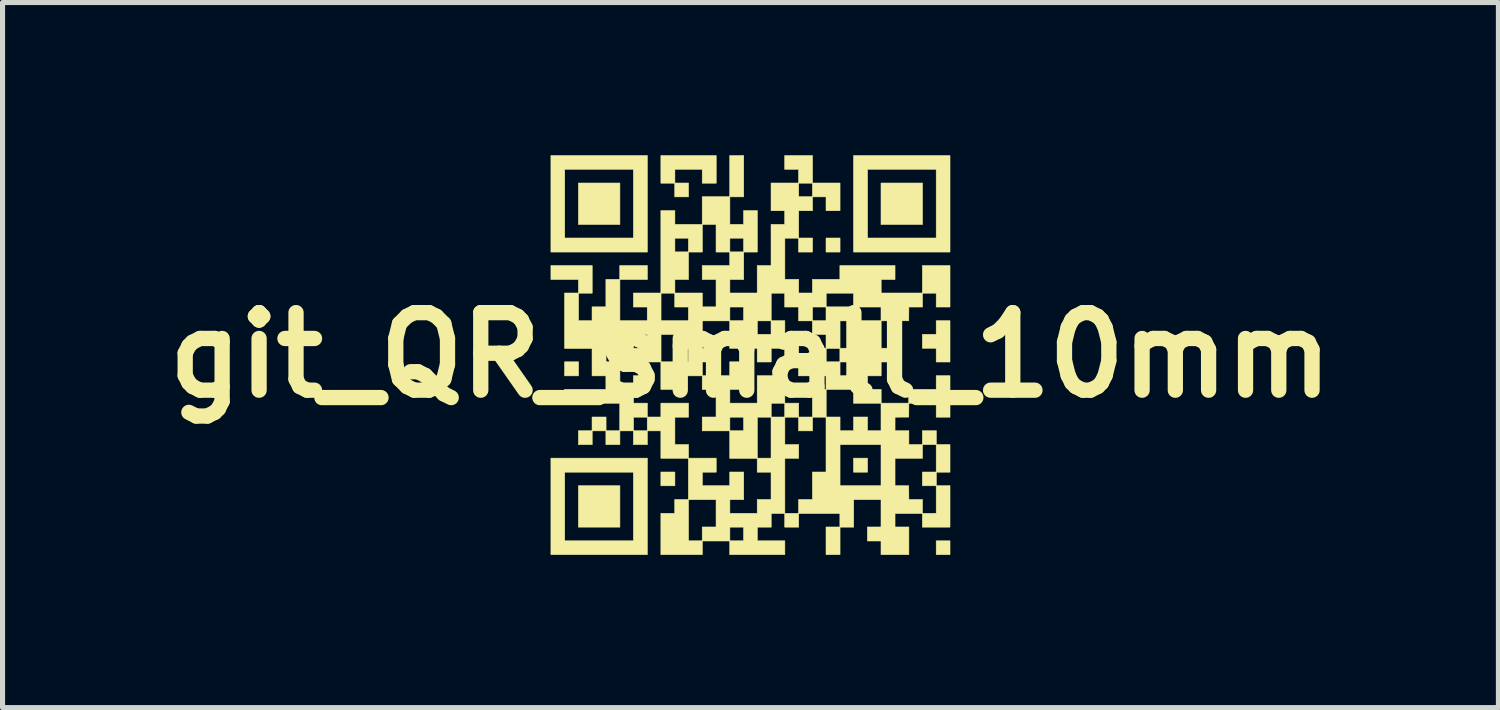
<source format=kicad_pcb>
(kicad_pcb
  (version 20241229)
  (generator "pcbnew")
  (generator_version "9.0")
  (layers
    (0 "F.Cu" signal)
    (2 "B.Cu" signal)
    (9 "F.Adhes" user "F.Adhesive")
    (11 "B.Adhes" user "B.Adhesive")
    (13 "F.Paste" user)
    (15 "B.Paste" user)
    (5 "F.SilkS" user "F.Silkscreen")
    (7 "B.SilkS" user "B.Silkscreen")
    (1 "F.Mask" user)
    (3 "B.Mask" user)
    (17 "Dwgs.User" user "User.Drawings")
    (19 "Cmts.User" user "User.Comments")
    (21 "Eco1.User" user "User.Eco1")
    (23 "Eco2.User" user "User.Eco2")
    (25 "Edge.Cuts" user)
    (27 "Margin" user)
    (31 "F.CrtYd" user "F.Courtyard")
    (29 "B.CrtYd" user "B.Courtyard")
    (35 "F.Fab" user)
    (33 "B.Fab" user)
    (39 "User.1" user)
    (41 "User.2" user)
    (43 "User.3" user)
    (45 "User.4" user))
  (footprint "git_QR_small_10mm"
    (layer "F.Cu")
    (at 11.691 3.925)
    (property "Reference" "git_QR_small_10mm" (at 0 0 0) (layer "F.SilkS") (effects (font (size 1.524 1.524) (thickness 0.3))))
    (attr through_hole)
    (fp_poly (pts (xy -3.376 0.408) (xy -3.652 0.408) (xy -3.652 0.132) (xy -3.376 0.132) (xy -3.376 0.408)) (stroke (width 0.01) (type solid)) (fill yes) (layer "F.SilkS"))
    (fp_poly (pts (xy -2.564 -2.564) (xy -3.38 -2.564) (xy -3.38 -3.38) (xy -2.564 -3.38) (xy -2.564 -2.564)) (stroke (width 0.01) (type solid)) (fill yes) (layer "F.SilkS"))
    (fp_poly (pts (xy -2.564 3.38) (xy -3.38 3.38) (xy -3.38 2.564) (xy -2.564 2.564) (xy -2.564 3.38)) (stroke (width 0.01) (type solid)) (fill yes) (layer "F.SilkS"))
    (fp_poly (pts (xy -1.484 2.568) (xy -1.76 2.568) (xy -1.76 2.296) (xy -1.484 2.296) (xy -1.484 2.568)) (stroke (width 0.01) (type solid)) (fill yes) (layer "F.SilkS"))
    (fp_poly (pts (xy 1.76 -2.024) (xy 1.484 -2.024) (xy 1.484 -2.3) (xy 1.76 -2.3) (xy 1.76 -2.024)) (stroke (width 0.01) (type solid)) (fill yes) (layer "F.SilkS"))
    (fp_poly (pts (xy 2.3 2.3) (xy 2.024 2.3) (xy 2.024 2.024) (xy 2.3 2.024) (xy 2.3 2.3)) (stroke (width 0.01) (type solid)) (fill yes) (layer "F.SilkS"))
    (fp_poly (pts (xy 3.38 -2.564) (xy 2.564 -2.564) (xy 2.564 -3.38) (xy 3.38 -3.38) (xy 3.38 -2.564)) (stroke (width 0.01) (type solid)) (fill yes) (layer "F.SilkS"))
    (fp_poly (pts (xy 3.92 3.92) (xy 3.648 3.92) (xy 3.648 3.648) (xy 3.92 3.648) (xy 3.92 3.92)) (stroke (width 0.01) (type solid)) (fill yes) (layer "F.SilkS"))
    (fp_poly (pts (xy 3.92 0.136) (xy 3.648 0.136) (xy 3.648 -0.132) (xy 3.376 -0.132) (xy 3.376 -0.408) (xy 3.648 -0.408) (xy 3.648 -0.676) (xy 3.92 -0.676) (xy 3.92 0.136)) (stroke (width 0.01) (type solid)) (fill yes) (layer "F.SilkS"))
    (fp_poly (pts (xy -2.024 -2.024) (xy -3.92 -2.024) (xy -3.92 -3.648) (xy -3.648 -3.648) (xy -3.648 -2.3) (xy -2.3 -2.3) (xy -2.3 -3.648) (xy -3.648 -3.648) (xy -3.92 -3.648) (xy -3.92 -3.92) (xy -2.024 -3.92) (xy -2.024 -2.024)) (stroke (width 0.01) (type solid)) (fill yes) (layer "F.SilkS"))
    (fp_poly (pts (xy -2.024 3.92) (xy -3.92 3.92) (xy -3.92 2.3) (xy -3.648 2.3) (xy -3.648 3.648) (xy -2.3 3.648) (xy -2.3 2.3) (xy -3.648 2.3) (xy -3.92 2.3) (xy -3.92 2.024) (xy -2.024 2.024) (xy -2.024 3.92)) (stroke (width 0.01) (type solid)) (fill yes) (layer "F.SilkS"))
    (fp_poly (pts (xy 3.92 -2.024) (xy 2.024 -2.024) (xy 2.024 -3.648) (xy 2.3 -3.648) (xy 2.3 -2.3) (xy 3.648 -2.3) (xy 3.648 -3.648) (xy 2.3 -3.648) (xy 2.024 -3.648) (xy 2.024 -3.92) (xy 3.92 -3.92) (xy 3.92 -2.024)) (stroke (width 0.01) (type solid)) (fill yes) (layer "F.SilkS"))
    (fp_poly (pts (xy -0.672 -3.376) (xy -0.948 -3.376) (xy -0.948 -3.648) (xy -1.484 -3.648) (xy -1.484 -3.38) (xy -1.216 -3.38) (xy -1.216 -3.108) (xy -1.488 -3.108) (xy -1.488 -3.376) (xy -1.76 -3.376) (xy -1.76 -3.92) (xy -0.672 -3.92) (xy -0.672 -3.376)) (stroke (width 0.01) (type solid)) (fill yes) (layer "F.SilkS"))
    (fp_poly (pts (xy -0.132 -3.108) (xy -0.404 -3.108) (xy -0.404 -2.568) (xy -0.136 -2.568) (xy -0.136 -2.84) (xy 0.136 -2.84) (xy 0.136 -2.024) (xy -0.132 -2.024) (xy -0.132 -1.484) (xy -0.404 -1.484) (xy -0.404 -1.22) (xy 0.132 -1.22) (xy 0.132 -1.76) (xy 0.404 -1.76) (xy 0.404 -2.568) (xy 0.672 -2.568) (xy 0.672 -2.836) (xy 0.404 -2.836) (xy 0.404 -3.376) (xy 0.948 -3.376) (xy 0.948 -3.112) (xy 1.216 -3.112) (xy 1.216 -3.376) (xy 0.948 -3.376) (xy 0.404 -3.376) (xy 0.404 -3.38) (xy 0.944 -3.38) (xy 0.944 -3.648) (xy 0.672 -3.648) (xy 0.672 -3.92) (xy 1.22 -3.92) (xy 1.22 -3.38) (xy 1.76 -3.38) (xy 1.76 -2.836) (xy 1.484 -2.836) (xy 1.484 -3.108) (xy 1.22 -3.108) (xy 1.22 -2.836) (xy 0.948 -2.836) (xy 0.948 -2.3) (xy 1.22 -2.3) (xy 1.22 -2.024) (xy 0.944 -2.024) (xy 0.944 -2.296) (xy 0.676 -2.296) (xy 0.676 -1.488) (xy 0.948 -1.488) (xy 0.948 -1.22) (xy 1.216 -1.22) (xy 1.216 -1.488) (xy 1.756 -1.488) (xy 1.756 -1.76) (xy 2.84 -1.76) (xy 2.84 -1.484) (xy 2.568 -1.484) (xy 2.568 -1.22) (xy 3.376 -1.22) (xy 3.376 -1.76) (xy 3.92 -1.76) (xy 3.92 -0.944) (xy 3.648 -0.944) (xy 3.648 -1.216) (xy 3.38 -1.216) (xy 3.38 -0.944) (xy 3.246 -0.944) (xy 3.112 -0.944) (xy 3.111 -0.809) (xy 3.11 -0.674) (xy 2.839 -0.673) (xy 2.568 -0.672) (xy 2.568 -0.136) (xy 2.84 -0.136) (xy 2.84 0.136) (xy 2.568 0.136) (xy 2.568 0.408) (xy 2.3 0.408) (xy 2.3 0.672) (xy 2.568 0.672) (xy 2.568 0.944) (xy 3.108 0.944) (xy 3.108 0.672) (xy 3.648 0.672) (xy 3.648 0.404) (xy 3.92 0.404) (xy 3.92 1.22) (xy 3.648 1.22) (xy 3.648 0.948) (xy 3.112 0.948) (xy 3.11 1.218) (xy 2.84 1.22) (xy 2.84 1.484) (xy 3.112 1.484) (xy 3.112 1.756) (xy 3.376 1.756) (xy 3.376 1.484) (xy 3.652 1.484) (xy 3.652 1.756) (xy 3.92 1.756) (xy 3.92 2.3) (xy 3.652 2.3) (xy 3.652 2.564) (xy 3.92 2.564) (xy 3.92 3.38) (xy 3.376 3.38) (xy 3.376 3.112) (xy 2.84 3.112) (xy 2.84 3.376) (xy 3.112 3.376) (xy 3.112 3.92) (xy 2.564 3.92) (xy 2.564 3.652) (xy 2.296 3.652) (xy 2.296 3.376) (xy 2.564 3.376) (xy 2.564 2.84) (xy 2.028 2.84) (xy 2.028 3.38) (xy 1.76 3.38) (xy 1.76 3.92) (xy 1.484 3.92) (xy 1.484 3.376) (xy 1.756 3.376) (xy 1.756 3.112) (xy 0.948 3.112) (xy 0.948 3.38) (xy 0.672 3.38) (xy 0.672 3.112) (xy 0.408 3.112) (xy 0.408 3.38) (xy 0.136 3.38) (xy 0.136 3.648) (xy 0.676 3.648) (xy 0.676 3.92) (xy -0.408 3.92) (xy -0.408 3.652) (xy -0.944 3.652) (xy -0.944 3.92) (xy -1.76 3.92) (xy -1.76 3.108) (xy -1.488 3.108) (xy -1.488 2.84) (xy -1.216 2.84) (xy -1.216 3.648) (xy -0.948 3.648) (xy -0.948 3.38) (xy -0.404 3.38) (xy -0.404 3.648) (xy -0.136 3.648) (xy -0.136 3.38) (xy -0.404 3.38) (xy -0.948 3.38) (xy -0.948 3.376) (xy -0.676 3.376) (xy -0.676 2.84) (xy -1.216 2.84) (xy -1.488 2.84) (xy -1.488 2.836) (xy -1.22 2.836) (xy -1.22 2.028) (xy -1.76 2.028) (xy -1.76 1.488) (xy -2.024 1.488) (xy -2.024 1.76) (xy -2.3 1.76) (xy -2.3 1.488) (xy -2.564 1.488) (xy -2.564 1.76) (xy -2.84 1.76) (xy -2.84 1.488) (xy -3.108 1.488) (xy -3.108 1.76) (xy -3.38 1.76) (xy -3.38 1.484) (xy -3.112 1.484) (xy -3.112 1.216) (xy -2.836 1.216) (xy -2.836 1.484) (xy -2.568 1.484) (xy -2.568 1.22) (xy -2.296 1.22) (xy -2.296 1.484) (xy -2.028 1.484) (xy -2.028 1.22) (xy -2.296 1.22) (xy -2.568 1.22) (xy -2.568 0.948) (xy -3.652 0.948) (xy -3.652 0.672) (xy -2.84 0.672) (xy -2.84 0.408) (xy -3.112 0.408) (xy -3.112 0.136) (xy -2.564 0.136) (xy -2.564 0.672) (xy -2.3 0.672) (xy -2.3 0.404) (xy -2.024 0.404) (xy -2.024 0.676) (xy -2.296 0.676) (xy -2.296 0.944) (xy -2.024 0.944) (xy -2.024 1.216) (xy -1.76 1.216) (xy -1.76 0.944) (xy -1.216 0.944) (xy -1.216 1.22) (xy -1.484 1.22) (xy -1.484 1.756) (xy -1.216 1.756) (xy -1.216 2.024) (xy -0.672 2.024) (xy -0.672 2.3) (xy -0.944 2.3) (xy -0.944 2.564) (xy -0.408 2.564) (xy -0.408 2.296) (xy -0.132 2.296) (xy -0.132 2.84) (xy -0.404 2.84) (xy -0.404 3.108) (xy 0.132 3.108) (xy 0.132 2.836) (xy 0.404 2.836) (xy 0.404 2.3) (xy 0.132 2.3) (xy 0.132 2.028) (xy -0.408 2.028) (xy -0.408 1.488) (xy -0.948 1.488) (xy -0.948 1.22) (xy -0.404 1.22) (xy -0.404 1.484) (xy -0.136 1.484) (xy -0.136 1.22) (xy 0.136 1.22) (xy 0.136 2.024) (xy 0.404 2.024) (xy 0.404 1.22) (xy 0.676 1.22) (xy 0.676 1.756) (xy 0.948 1.756) (xy 0.948 2.028) (xy 0.676 2.028) (xy 0.676 3.108) (xy 0.944 3.108) (xy 0.944 2.836) (xy 1.216 2.836) (xy 1.216 2.296) (xy 1.484 2.296) (xy 1.484 1.76) (xy 1.76 1.76) (xy 1.76 2.564) (xy 2.564 2.564) (xy 2.564 2.028) (xy 2.84 2.028) (xy 2.84 2.564) (xy 2.975 2.565) (xy 3.11 2.566) (xy 3.112 2.836) (xy 3.38 2.836) (xy 3.38 3.108) (xy 3.648 3.108) (xy 3.648 2.568) (xy 3.376 2.568) (xy 3.376 2.296) (xy 3.648 2.296) (xy 3.648 1.76) (xy 3.38 1.76) (xy 3.38 2.028) (xy 2.84 2.028) (xy 2.564 2.028) (xy 2.564 1.76) (xy 1.76 1.76) (xy 1.484 1.76) (xy 1.484 1.22) (xy 1.22 1.22) (xy 1.22 1.488) (xy 0.944 1.488) (xy 0.944 1.22) (xy 0.676 1.22) (xy 0.404 1.22) (xy 0.136 1.22) (xy -0.136 1.22) (xy -0.404 1.22) (xy -0.948 1.22) (xy -0.948 1.216) (xy -0.676 1.216) (xy -0.676 0.948) (xy 0.408 0.948) (xy 0.408 1.216) (xy 0.672 1.216) (xy 0.672 0.948) (xy 0.408 0.948) (xy -0.676 0.948) (xy -0.676 0.676) (xy -0.948 0.676) (xy -0.948 0.408) (xy -1.484 0.408) (xy -1.484 0.676) (xy -1.76 0.676) (xy -1.76 0.136) (xy -2.564 0.136) (xy -3.112 0.136) (xy -3.112 -0.132) (xy -2.836 -0.132) (xy -2.836 0.132) (xy -2.568 0.132) (xy -2.568 -0.132) (xy -2.836 -0.132) (xy -3.112 -0.132) (xy -3.652 -0.132) (xy -3.652 -0.404) (xy -2.296 -0.404) (xy -2.296 -0.136) (xy -2.028 -0.136) (xy -2.028 -0.404) (xy -1.756 -0.404) (xy -1.756 0.132) (xy -1.22 0.132) (xy -1.22 -0.404) (xy -1.756 -0.404) (xy -2.028 -0.404) (xy -2.296 -0.404) (xy -3.652 -0.404) (xy -3.652 -0.672) (xy -0.944 -0.672) (xy -0.944 -0.136) (xy -0.672 -0.136) (xy -0.672 0.136) (xy -0.944 0.136) (xy -0.944 0.404) (xy -0.408 0.404) (xy -0.408 0.132) (xy -0.132 0.132) (xy -0.132 0.676) (xy -0.404 0.676) (xy -0.404 0.944) (xy 0.132 0.944) (xy 0.132 0.404) (xy 0.676 0.404) (xy 0.676 0.944) (xy 0.948 0.944) (xy 0.948 1.216) (xy 1.216 1.216) (xy 1.216 0.676) (xy 1.488 0.676) (xy 1.488 1.216) (xy 1.76 1.216) (xy 1.76 1.484) (xy 2.024 1.484) (xy 2.024 1.216) (xy 2.3 1.216) (xy 2.3 1.484) (xy 2.564 1.484) (xy 2.564 0.948) (xy 2.024 0.948) (xy 2.024 0.676) (xy 1.488 0.676) (xy 1.216 0.676) (xy 1.216 0.672) (xy 1.484 0.672) (xy 1.484 0.408) (xy 0.944 0.408) (xy 0.944 0.136) (xy 1.76 0.136) (xy 1.76 0.404) (xy 2.024 0.404) (xy 2.024 0.136) (xy 1.76 0.136) (xy 0.944 0.136) (xy 0.672 0.136) (xy 0.672 -0.132) (xy 0.408 -0.132) (xy 0.408 0.136) (xy 0.132 0.136) (xy 0.132 -0.132) (xy -0.408 -0.132) (xy -0.408 -0.672) (xy 0.136 -0.672) (xy 0.136 -0.408) (xy 0.404 -0.408) (xy 0.404 -0.672) (xy 0.136 -0.672) (xy -0.408 -0.672) (xy -0.944 -0.672) (xy -3.652 -0.672) (xy -3.652 -1.22) (xy -3.38 -1.22) (xy -3.38 -1.484) (xy -3.92 -1.484) (xy -3.92 -1.76) (xy -3.108 -1.76) (xy -3.108 -1.216) (xy -3.376 -1.216) (xy -3.376 -0.676) (xy -3.112 -0.676) (xy -3.112 -0.948) (xy -2.84 -0.948) (xy -2.84 -1.488) (xy -2.568 -1.488) (xy -2.568 -1.76) (xy -2.024 -1.76) (xy -2.024 -1.484) (xy -2.564 -1.484) (xy -2.564 -0.676) (xy -2.028 -0.676) (xy -2.028 -0.944) (xy -2.3 -0.944) (xy -2.3 -1.216) (xy -1.756 -1.216) (xy -1.756 -0.676) (xy -1.22 -0.676) (xy -1.22 -0.944) (xy -0.404 -0.944) (xy -0.404 -0.676) (xy -0.136 -0.676) (xy -0.136 -0.944) (xy -0.404 -0.944) (xy -1.22 -0.944) (xy -1.488 -0.944) (xy -1.488 -1.216) (xy -1.756 -1.216) (xy -2.3 -1.216) (xy -2.3 -1.22) (xy -1.76 -1.22) (xy -1.76 -1.484) (xy -1.484 -1.484) (xy -1.484 -1.22) (xy -0.944 -1.22) (xy -0.944 -0.948) (xy -0.676 -0.948) (xy -0.676 -1.216) (xy 0.408 -1.216) (xy 0.408 -0.676) (xy 0.676 -0.676) (xy 0.676 -0.408) (xy 0.948 -0.408) (xy 0.948 0.132) (xy 1.216 0.132) (xy 1.216 -0.132) (xy 1.488 -0.132) (xy 1.488 0.132) (xy 1.756 0.132) (xy 1.756 -0.132) (xy 1.488 -0.132) (xy 1.216 -0.132) (xy 1.216 -0.136) (xy 1.484 -0.136) (xy 1.484 -0.404) (xy 1.216 -0.404) (xy 1.216 -0.672) (xy 1.76 -0.672) (xy 1.76 -0.136) (xy 2.024 -0.136) (xy 2.024 -0.672) (xy 1.76 -0.672) (xy 1.216 -0.672) (xy 0.944 -0.672) (xy 0.944 -0.944) (xy 1.22 -0.944) (xy 1.22 -0.676) (xy 1.484 -0.676) (xy 1.484 -0.944) (xy 2.028 -0.944) (xy 2.028 -0.676) (xy 2.564 -0.676) (xy 2.564 -0.944) (xy 2.028 -0.944) (xy 1.484 -0.944) (xy 1.22 -0.944) (xy 0.944 -0.944) (xy 0.672 -0.944) (xy 0.672 -1.216) (xy 1.488 -1.216) (xy 1.488 -0.948) (xy 2.024 -0.948) (xy 2.024 -1.216) (xy 1.488 -1.216) (xy 0.672 -1.216) (xy 0.408 -1.216) (xy -0.676 -1.216) (xy -0.676 -1.484) (xy -0.948 -1.484) (xy -0.948 -1.76) (xy -0.408 -1.76) (xy -0.408 -2.024) (xy -0.676 -2.024) (xy -0.676 -2.296) (xy -0.404 -2.296) (xy -0.404 -2.028) (xy -0.136 -2.028) (xy -0.136 -2.296) (xy -0.404 -2.296) (xy -0.676 -2.296) (xy -0.676 -2.564) (xy -0.944 -2.564) (xy -0.944 -2.024) (xy -1.216 -2.024) (xy -1.216 -1.484) (xy -1.484 -1.484) (xy -1.76 -1.484) (xy -1.76 -2.296) (xy -1.484 -2.296) (xy -1.484 -2.028) (xy -1.22 -2.028) (xy -1.22 -2.296) (xy -1.484 -2.296) (xy -1.76 -2.296) (xy -1.76 -2.84) (xy -1.484 -2.84) (xy -1.484 -2.568) (xy -0.948 -2.568) (xy -0.948 -3.112) (xy -0.408 -3.112) (xy -0.408 -3.92) (xy -0.132 -3.92) (xy -0.132 -3.108)) (stroke (width 0.01) (type solid)) (fill yes) (layer "F.SilkS")))
  (gr_rect
    (start -3 -3)
    (end 26.383 10.85)
    (stroke (width 0.1) (type default))
    (fill no)
    (layer "Edge.Cuts")))
</source>
